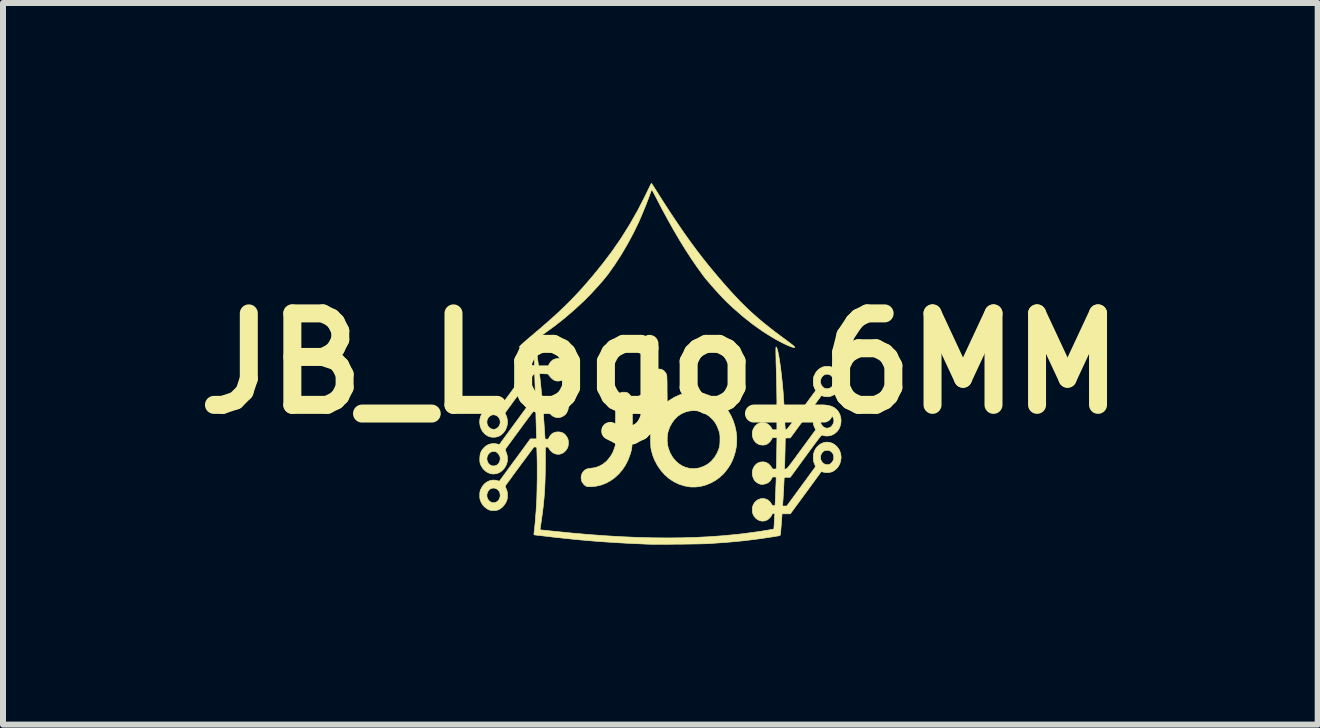
<source format=kicad_pcb>
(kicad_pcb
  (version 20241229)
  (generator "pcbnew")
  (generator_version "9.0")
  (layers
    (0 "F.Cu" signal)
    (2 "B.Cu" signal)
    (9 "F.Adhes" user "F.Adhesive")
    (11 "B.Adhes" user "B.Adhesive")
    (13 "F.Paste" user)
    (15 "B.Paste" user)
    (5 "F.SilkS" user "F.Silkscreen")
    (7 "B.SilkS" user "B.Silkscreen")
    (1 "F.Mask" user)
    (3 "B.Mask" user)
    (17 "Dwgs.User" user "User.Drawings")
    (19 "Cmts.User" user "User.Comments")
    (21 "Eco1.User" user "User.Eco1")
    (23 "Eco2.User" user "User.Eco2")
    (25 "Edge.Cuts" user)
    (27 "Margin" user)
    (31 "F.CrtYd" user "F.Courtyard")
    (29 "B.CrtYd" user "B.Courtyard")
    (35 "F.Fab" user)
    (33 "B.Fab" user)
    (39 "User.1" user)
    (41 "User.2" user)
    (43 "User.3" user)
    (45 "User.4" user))
  (footprint "JB_Logo_6MM"
    (layer "F.Cu")
    (at 7.954 3.007)
    (property "Reference" "JB_Logo_6MM" (at 0 0 0) (layer "F.SilkS") (effects (font (size 1.524 1.524) (thickness 0.3))))
    (attr exclude_from_pos_files exclude_from_bom)
    (fp_poly (pts (xy -0.572 0.481) (xy -0.546 0.489) (xy -0.544 0.49) (xy -0.521 0.508) (xy -0.499 0.532) (xy -0.482 0.559) (xy -0.472 0.582) (xy -0.471 0.593) (xy -0.47 0.617) (xy -0.469 0.653) (xy -0.468 0.699) (xy -0.467 0.754) (xy -0.467 0.819) (xy -0.466 0.891) (xy -0.466 0.971) (xy -0.466 0.972) (xy -0.466 1.058) (xy -0.466 1.131) (xy -0.467 1.194) (xy -0.468 1.248) (xy -0.469 1.293) (xy -0.47 1.332) (xy -0.472 1.365) (xy -0.475 1.393) (xy -0.479 1.418) (xy -0.483 1.441) (xy -0.488 1.463) (xy -0.494 1.485) (xy -0.501 1.509) (xy -0.503 1.514) (xy -0.537 1.605) (xy -0.58 1.691) (xy -0.632 1.769) (xy -0.691 1.839) (xy -0.758 1.901) (xy -0.83 1.953) (xy -0.907 1.995) (xy -0.989 2.026) (xy -1.073 2.045) (xy -1.142 2.052) (xy -1.174 2.053) (xy -1.198 2.053) (xy -1.214 2.051) (xy -1.228 2.048) (xy -1.239 2.043) (xy -1.24 2.042) (xy -1.266 2.024) (xy -1.289 1.998) (xy -1.307 1.969) (xy -1.314 1.95) (xy -1.321 1.905) (xy -1.316 1.863) (xy -1.3 1.824) (xy -1.287 1.806) (xy -1.267 1.784) (xy -1.244 1.767) (xy -1.218 1.756) (xy -1.183 1.749) (xy -1.157 1.746) (xy -1.085 1.735) (xy -1.021 1.713) (xy -0.962 1.681) (xy -0.907 1.638) (xy -0.878 1.609) (xy -0.83 1.548) (xy -0.791 1.481) (xy -0.766 1.415) (xy -0.75 1.364) (xy -0.747 0.975) (xy -0.746 0.894) (xy -0.746 0.825) (xy -0.745 0.767) (xy -0.745 0.718) (xy -0.744 0.679) (xy -0.743 0.648) (xy -0.742 0.623) (xy -0.741 0.604) (xy -0.74 0.59) (xy -0.738 0.58) (xy -0.736 0.572) (xy -0.734 0.566) (xy -0.732 0.56) (xy -0.731 0.558) (xy -0.709 0.526) (xy -0.68 0.499) (xy -0.659 0.486) (xy -0.633 0.479) (xy -0.603 0.478) (xy -0.572 0.481)) (stroke (width 0.01) (type solid)) (fill yes) (layer "F.SilkS"))
    (fp_poly (pts (xy -0.145 -2.997) (xy -0.135 -2.983) (xy -0.12 -2.961) (xy -0.102 -2.932) (xy -0.081 -2.899) (xy -0.069 -2.88) (xy 0.051 -2.691) (xy 0.168 -2.511) (xy 0.283 -2.339) (xy 0.394 -2.177) (xy 0.502 -2.025) (xy 0.607 -1.883) (xy 0.707 -1.753) (xy 0.803 -1.633) (xy 0.806 -1.629) (xy 0.905 -1.51) (xy 0.997 -1.401) (xy 1.084 -1.301) (xy 1.167 -1.208) (xy 1.247 -1.121) (xy 1.325 -1.039) (xy 1.402 -0.962) (xy 1.479 -0.888) (xy 1.557 -0.817) (xy 1.637 -0.747) (xy 1.72 -0.677) (xy 1.808 -0.607) (xy 1.9 -0.535) (xy 2 -0.46) (xy 2.08 -0.401) (xy 2.116 -0.374) (xy 2.15 -0.348) (xy 2.18 -0.326) (xy 2.204 -0.307) (xy 2.221 -0.293) (xy 2.229 -0.285) (xy 2.243 -0.268) (xy 2.225 -0.268) (xy 2.204 -0.271) (xy 2.175 -0.28) (xy 2.138 -0.295) (xy 2.094 -0.314) (xy 2.046 -0.337) (xy 1.994 -0.364) (xy 1.939 -0.393) (xy 1.884 -0.425) (xy 1.88 -0.427) (xy 1.712 -0.532) (xy 1.545 -0.65) (xy 1.38 -0.78) (xy 1.216 -0.923) (xy 1.134 -0.999) (xy 1.097 -1.035) (xy 1.055 -1.078) (xy 1.01 -1.126) (xy 0.962 -1.177) (xy 0.913 -1.231) (xy 0.866 -1.284) (xy 0.821 -1.336) (xy 0.78 -1.384) (xy 0.744 -1.427) (xy 0.716 -1.463) (xy 0.715 -1.465) (xy 0.616 -1.602) (xy 0.518 -1.744) (xy 0.421 -1.893) (xy 0.324 -2.05) (xy 0.227 -2.215) (xy 0.128 -2.391) (xy 0.027 -2.577) (xy -0.056 -2.737) (xy -0.082 -2.787) (xy -0.103 -2.827) (xy -0.119 -2.857) (xy -0.131 -2.878) (xy -0.14 -2.89) (xy -0.145 -2.895) (xy -0.147 -2.894) (xy -0.166 -2.84) (xy -0.189 -2.777) (xy -0.215 -2.708) (xy -0.243 -2.635) (xy -0.273 -2.562) (xy -0.302 -2.492) (xy -0.33 -2.427) (xy -0.355 -2.369) (xy -0.358 -2.361) (xy -0.448 -2.176) (xy -0.546 -1.993) (xy -0.65 -1.816) (xy -0.759 -1.647) (xy -0.872 -1.488) (xy -0.887 -1.469) (xy -0.915 -1.434) (xy -0.949 -1.392) (xy -0.99 -1.345) (xy -1.035 -1.294) (xy -1.082 -1.242) (xy -1.13 -1.19) (xy -1.178 -1.139) (xy -1.224 -1.093) (xy -1.266 -1.051) (xy -1.271 -1.046) (xy -1.43 -0.898) (xy -1.597 -0.755) (xy -1.768 -0.62) (xy -1.941 -0.495) (xy -1.993 -0.46) (xy -2.05 -0.423) (xy -2.104 -0.389) (xy -2.155 -0.358) (xy -2.202 -0.331) (xy -2.244 -0.308) (xy -2.28 -0.29) (xy -2.309 -0.277) (xy -2.331 -0.27) (xy -2.345 -0.269) (xy -2.349 -0.274) (xy -2.346 -0.28) (xy -2.337 -0.291) (xy -2.322 -0.306) (xy -2.3 -0.327) (xy -2.27 -0.354) (xy -2.232 -0.387) (xy -2.186 -0.427) (xy -2.131 -0.473) (xy -2.104 -0.497) (xy -1.989 -0.594) (xy -1.883 -0.686) (xy -1.785 -0.773) (xy -1.693 -0.857) (xy -1.607 -0.939) (xy -1.525 -1.019) (xy -1.446 -1.1) (xy -1.369 -1.182) (xy -1.292 -1.266) (xy -1.215 -1.355) (xy -1.135 -1.448) (xy -1.053 -1.548) (xy -0.967 -1.655) (xy -0.957 -1.667) (xy -0.803 -1.871) (xy -0.655 -2.085) (xy -0.514 -2.31) (xy -0.38 -2.545) (xy -0.253 -2.791) (xy -0.203 -2.896) (xy -0.186 -2.93) (xy -0.172 -2.959) (xy -0.16 -2.982) (xy -0.152 -2.997) (xy -0.149 -3.002) (xy -0.145 -2.997)) (stroke (width 0.01) (type solid)) (fill yes) (layer "F.SilkS"))
    (fp_poly (pts (xy 0.007 0.095) (xy 0.029 0.102) (xy 0.061 0.123) (xy 0.088 0.156) (xy 0.098 0.173) (xy 0.101 0.181) (xy 0.104 0.189) (xy 0.106 0.199) (xy 0.108 0.212) (xy 0.109 0.231) (xy 0.11 0.255) (xy 0.111 0.288) (xy 0.112 0.33) (xy 0.112 0.382) (xy 0.112 0.42) (xy 0.114 0.64) (xy 0.154 0.612) (xy 0.237 0.561) (xy 0.325 0.522) (xy 0.418 0.495) (xy 0.461 0.487) (xy 0.55 0.479) (xy 0.638 0.484) (xy 0.726 0.502) (xy 0.813 0.532) (xy 0.897 0.574) (xy 0.962 0.616) (xy 0.993 0.641) (xy 1.028 0.673) (xy 1.063 0.71) (xy 1.097 0.748) (xy 1.124 0.783) (xy 1.13 0.791) (xy 1.176 0.868) (xy 1.214 0.953) (xy 1.243 1.043) (xy 1.263 1.136) (xy 1.273 1.228) (xy 1.273 1.263) (xy 1.272 1.32) (xy 1.268 1.369) (xy 1.261 1.415) (xy 1.25 1.465) (xy 1.246 1.482) (xy 1.225 1.552) (xy 1.201 1.614) (xy 1.173 1.672) (xy 1.137 1.73) (xy 1.11 1.768) (xy 1.055 1.836) (xy 0.99 1.896) (xy 0.919 1.948) (xy 0.842 1.99) (xy 0.761 2.024) (xy 0.678 2.046) (xy 0.594 2.058) (xy 0.511 2.058) (xy 0.49 2.056) (xy 0.397 2.039) (xy 0.308 2.01) (xy 0.224 1.969) (xy 0.146 1.918) (xy 0.075 1.856) (xy 0.011 1.784) (xy -0.046 1.703) (xy -0.094 1.612) (xy -0.097 1.606) (xy -0.122 1.544) (xy -0.143 1.473) (xy -0.153 1.429) (xy -0.155 1.42) (xy -0.157 1.41) (xy -0.158 1.396) (xy -0.159 1.38) (xy -0.16 1.359) (xy -0.161 1.334) (xy -0.162 1.302) (xy -0.162 1.288) (xy 0.114 1.288) (xy 0.12 1.351) (xy 0.132 1.409) (xy 0.136 1.421) (xy 0.165 1.495) (xy 0.203 1.561) (xy 0.249 1.618) (xy 0.301 1.666) (xy 0.358 1.704) (xy 0.421 1.731) (xy 0.487 1.748) (xy 0.556 1.752) (xy 0.626 1.745) (xy 0.66 1.737) (xy 0.73 1.711) (xy 0.794 1.675) (xy 0.85 1.628) (xy 0.899 1.571) (xy 0.94 1.505) (xy 0.949 1.485) (xy 0.968 1.443) (xy 0.981 1.404) (xy 0.989 1.365) (xy 0.993 1.322) (xy 0.994 1.271) (xy 0.994 1.266) (xy 0.994 1.228) (xy 0.993 1.199) (xy 0.99 1.176) (xy 0.985 1.154) (xy 0.979 1.13) (xy 0.978 1.128) (xy 0.95 1.053) (xy 0.914 0.986) (xy 0.868 0.929) (xy 0.814 0.879) (xy 0.75 0.836) (xy 0.742 0.831) (xy 0.68 0.804) (xy 0.615 0.789) (xy 0.548 0.785) (xy 0.48 0.792) (xy 0.414 0.81) (xy 0.351 0.838) (xy 0.293 0.877) (xy 0.275 0.893) (xy 0.231 0.939) (xy 0.191 0.995) (xy 0.158 1.055) (xy 0.134 1.118) (xy 0.122 1.164) (xy 0.115 1.224) (xy 0.114 1.288) (xy -0.162 1.288) (xy -0.163 1.264) (xy -0.163 1.218) (xy -0.164 1.163) (xy -0.164 1.099) (xy -0.165 1.025) (xy -0.165 0.94) (xy -0.166 0.843) (xy -0.166 0.805) (xy -0.166 0.696) (xy -0.166 0.599) (xy -0.166 0.515) (xy -0.166 0.442) (xy -0.166 0.379) (xy -0.166 0.327) (xy -0.165 0.284) (xy -0.164 0.251) (xy -0.164 0.226) (xy -0.162 0.209) (xy -0.161 0.199) (xy -0.161 0.198) (xy -0.148 0.168) (xy -0.128 0.138) (xy -0.103 0.114) (xy -0.087 0.104) (xy -0.059 0.095) (xy -0.026 0.092) (xy 0.007 0.095)) (stroke (width 0.01) (type solid)) (fill yes) (layer "F.SilkS"))
    (fp_poly (pts (xy 1.936 -0.268) (xy 1.944 -0.25) (xy 1.953 -0.22) (xy 1.962 -0.181) (xy 1.972 -0.132) (xy 1.982 -0.074) (xy 1.992 -0.01) (xy 2.002 0.061) (xy 2.012 0.138) (xy 2.021 0.219) (xy 2.03 0.303) (xy 2.038 0.382) (xy 2.045 0.462) (xy 2.051 0.548) (xy 2.057 0.638) (xy 2.063 0.728) (xy 2.067 0.812) (xy 2.071 0.888) (xy 2.071 0.89) (xy 2.072 0.93) (xy 2.074 0.972) (xy 2.076 1.012) (xy 2.077 1.043) (xy 2.078 1.045) (xy 2.079 1.064) (xy 2.08 1.079) (xy 2.082 1.092) (xy 2.085 1.1) (xy 2.089 1.104) (xy 2.096 1.102) (xy 2.106 1.096) (xy 2.119 1.083) (xy 2.136 1.064) (xy 2.157 1.037) (xy 2.183 1.004) (xy 2.214 0.962) (xy 2.252 0.911) (xy 2.296 0.852) (xy 2.346 0.783) (xy 2.35 0.777) (xy 2.589 0.452) (xy 2.569 0.408) (xy 2.559 0.385) (xy 2.553 0.367) (xy 2.55 0.349) (xy 2.549 0.325) (xy 2.549 0.301) (xy 2.549 0.299) (xy 2.667 0.299) (xy 2.668 0.316) (xy 2.68 0.355) (xy 2.701 0.387) (xy 2.728 0.408) (xy 2.759 0.42) (xy 2.794 0.42) (xy 2.83 0.408) (xy 2.831 0.408) (xy 2.857 0.388) (xy 2.877 0.359) (xy 2.886 0.335) (xy 2.892 0.304) (xy 2.89 0.278) (xy 2.881 0.252) (xy 2.861 0.218) (xy 2.835 0.194) (xy 2.804 0.181) (xy 2.77 0.178) (xy 2.736 0.188) (xy 2.734 0.189) (xy 2.707 0.208) (xy 2.686 0.235) (xy 2.672 0.267) (xy 2.667 0.299) (xy 2.549 0.299) (xy 2.55 0.269) (xy 2.551 0.246) (xy 2.555 0.227) (xy 2.562 0.208) (xy 2.565 0.201) (xy 2.591 0.15) (xy 2.623 0.111) (xy 2.661 0.081) (xy 2.706 0.059) (xy 2.757 0.047) (xy 2.806 0.047) (xy 2.854 0.059) (xy 2.898 0.081) (xy 2.937 0.113) (xy 2.969 0.154) (xy 2.994 0.203) (xy 3.001 0.224) (xy 3.011 0.278) (xy 3.01 0.33) (xy 3 0.38) (xy 2.981 0.426) (xy 2.954 0.467) (xy 2.921 0.501) (xy 2.882 0.528) (xy 2.839 0.547) (xy 2.792 0.555) (xy 2.744 0.552) (xy 2.722 0.546) (xy 2.701 0.54) (xy 2.688 0.538) (xy 2.681 0.539) (xy 2.676 0.544) (xy 2.674 0.547) (xy 2.669 0.554) (xy 2.657 0.571) (xy 2.639 0.595) (xy 2.615 0.628) (xy 2.587 0.667) (xy 2.554 0.712) (xy 2.517 0.762) (xy 2.478 0.816) (xy 2.436 0.873) (xy 2.416 0.899) (xy 2.166 1.24) (xy 2.124 1.241) (xy 2.082 1.243) (xy 2.078 1.467) (xy 2.076 1.522) (xy 2.075 1.574) (xy 2.074 1.621) (xy 2.073 1.662) (xy 2.072 1.694) (xy 2.071 1.717) (xy 2.07 1.726) (xy 2.066 1.761) (xy 2.089 1.758) (xy 2.094 1.758) (xy 2.099 1.756) (xy 2.104 1.753) (xy 2.111 1.748) (xy 2.119 1.739) (xy 2.13 1.727) (xy 2.144 1.71) (xy 2.161 1.687) (xy 2.183 1.659) (xy 2.209 1.623) (xy 2.241 1.581) (xy 2.278 1.529) (xy 2.323 1.469) (xy 2.351 1.431) (xy 2.589 1.106) (xy 2.569 1.062) (xy 2.559 1.04) (xy 2.553 1.021) (xy 2.55 1.003) (xy 2.549 0.979) (xy 2.549 0.959) (xy 2.668 0.959) (xy 2.673 0.994) (xy 2.688 1.025) (xy 2.712 1.052) (xy 2.714 1.054) (xy 2.744 1.072) (xy 2.775 1.078) (xy 2.81 1.073) (xy 2.812 1.072) (xy 2.84 1.057) (xy 2.864 1.032) (xy 2.882 1.001) (xy 2.891 0.966) (xy 2.892 0.948) (xy 2.89 0.932) (xy 2.884 0.912) (xy 2.881 0.906) (xy 2.861 0.872) (xy 2.835 0.848) (xy 2.804 0.835) (xy 2.77 0.832) (xy 2.736 0.842) (xy 2.734 0.843) (xy 2.705 0.864) (xy 2.684 0.892) (xy 2.671 0.924) (xy 2.668 0.959) (xy 2.549 0.959) (xy 2.549 0.955) (xy 2.549 0.924) (xy 2.551 0.902) (xy 2.555 0.883) (xy 2.562 0.863) (xy 2.568 0.849) (xy 2.595 0.8) (xy 2.63 0.76) (xy 2.671 0.73) (xy 2.717 0.71) (xy 2.766 0.701) (xy 2.817 0.704) (xy 2.849 0.712) (xy 2.895 0.734) (xy 2.934 0.765) (xy 2.966 0.802) (xy 2.989 0.844) (xy 3.004 0.891) (xy 3.011 0.939) (xy 3.009 0.988) (xy 2.999 1.036) (xy 2.981 1.081) (xy 2.954 1.123) (xy 2.919 1.158) (xy 2.878 1.185) (xy 2.838 1.2) (xy 2.796 1.208) (xy 2.755 1.208) (xy 2.731 1.204) (xy 2.712 1.198) (xy 2.696 1.194) (xy 2.692 1.193) (xy 2.689 1.194) (xy 2.683 1.199) (xy 2.674 1.209) (xy 2.662 1.223) (xy 2.646 1.243) (xy 2.626 1.269) (xy 2.601 1.302) (xy 2.57 1.343) (xy 2.534 1.392) (xy 2.492 1.449) (xy 2.443 1.516) (xy 2.423 1.543) (xy 2.166 1.896) (xy 2.064 1.897) (xy 2.054 2.098) (xy 2.051 2.15) (xy 2.048 2.2) (xy 2.046 2.245) (xy 2.043 2.283) (xy 2.041 2.313) (xy 2.04 2.333) (xy 2.04 2.337) (xy 2.036 2.375) (xy 2.107 2.375) (xy 2.343 2.053) (xy 2.384 1.996) (xy 2.424 1.943) (xy 2.46 1.893) (xy 2.493 1.848) (xy 2.522 1.808) (xy 2.546 1.775) (xy 2.565 1.75) (xy 2.577 1.732) (xy 2.583 1.724) (xy 2.583 1.723) (xy 2.583 1.714) (xy 2.578 1.696) (xy 2.57 1.673) (xy 2.568 1.67) (xy 2.559 1.647) (xy 2.553 1.627) (xy 2.55 1.607) (xy 2.549 1.581) (xy 2.549 1.575) (xy 2.669 1.575) (xy 2.676 1.609) (xy 2.692 1.638) (xy 2.714 1.663) (xy 2.742 1.679) (xy 2.773 1.687) (xy 2.805 1.685) (xy 2.823 1.679) (xy 2.839 1.668) (xy 2.856 1.652) (xy 2.861 1.647) (xy 2.881 1.614) (xy 2.89 1.579) (xy 2.889 1.544) (xy 2.88 1.512) (xy 2.863 1.484) (xy 2.838 1.462) (xy 2.807 1.449) (xy 2.779 1.446) (xy 2.742 1.451) (xy 2.712 1.468) (xy 2.689 1.494) (xy 2.673 1.531) (xy 2.671 1.538) (xy 2.669 1.575) (xy 2.549 1.575) (xy 2.549 1.567) (xy 2.552 1.515) (xy 2.563 1.471) (xy 2.581 1.432) (xy 2.606 1.397) (xy 2.642 1.361) (xy 2.679 1.336) (xy 2.723 1.318) (xy 2.726 1.317) (xy 2.775 1.31) (xy 2.823 1.315) (xy 2.87 1.331) (xy 2.912 1.358) (xy 2.95 1.394) (xy 2.98 1.438) (xy 2.989 1.456) (xy 3.006 1.508) (xy 3.012 1.561) (xy 3.007 1.613) (xy 2.993 1.664) (xy 2.97 1.71) (xy 2.938 1.751) (xy 2.898 1.784) (xy 2.871 1.8) (xy 2.84 1.811) (xy 2.802 1.817) (xy 2.763 1.818) (xy 2.727 1.813) (xy 2.714 1.81) (xy 2.683 1.8) (xy 2.425 2.153) (xy 2.166 2.505) (xy 2.028 2.505) (xy 2.021 2.605) (xy 2.016 2.671) (xy 2.012 2.724) (xy 2.008 2.767) (xy 2.006 2.8) (xy 2.003 2.826) (xy 2 2.844) (xy 1.998 2.856) (xy 1.996 2.863) (xy 1.993 2.867) (xy 1.991 2.868) (xy 1.983 2.87) (xy 1.964 2.873) (xy 1.937 2.878) (xy 1.903 2.883) (xy 1.863 2.89) (xy 1.82 2.896) (xy 1.814 2.897) (xy 1.675 2.918) (xy 1.537 2.936) (xy 1.399 2.953) (xy 1.258 2.967) (xy 1.112 2.98) (xy 0.959 2.991) (xy 0.797 3.002) (xy 0.777 3.003) (xy 0.752 3.004) (xy 0.716 3.005) (xy 0.67 3.006) (xy 0.617 3.007) (xy 0.558 3.008) (xy 0.493 3.009) (xy 0.424 3.01) (xy 0.353 3.011) (xy 0.281 3.011) (xy 0.208 3.012) (xy 0.138 3.013) (xy 0.07 3.013) (xy 0.007 3.013) (xy -0.051 3.013) (xy -0.102 3.013) (xy -0.145 3.013) (xy -0.177 3.012) (xy -0.194 3.012) (xy -0.375 3.004) (xy -0.545 2.996) (xy -0.708 2.987) (xy -0.865 2.977) (xy -1.018 2.967) (xy -1.17 2.954) (xy -1.323 2.941) (xy -1.478 2.926) (xy -1.638 2.909) (xy -1.805 2.891) (xy -1.859 2.884) (xy -1.905 2.879) (xy -1.949 2.874) (xy -1.989 2.869) (xy -2.023 2.865) (xy -2.049 2.862) (xy -2.066 2.861) (xy -2.067 2.861) (xy -2.086 2.858) (xy -2.101 2.855) (xy -2.106 2.853) (xy -2.106 2.845) (xy -2.105 2.827) (xy -2.102 2.803) (xy -2.1 2.787) (xy -2.096 2.75) (xy -2.091 2.703) (xy -2.086 2.648) (xy -2.081 2.588) (xy -2.076 2.524) (xy -2.071 2.461) (xy -2.067 2.399) (xy -2.064 2.342) (xy -2.062 2.312) (xy -2.059 2.252) (xy -2.057 2.181) (xy -2.055 2.102) (xy -2.054 2.018) (xy -2.052 1.931) (xy -2.052 1.844) (xy -2.052 1.76) (xy -2.052 1.681) (xy -2.053 1.61) (xy -2.054 1.564) (xy -2.059 1.397) (xy -2.08 1.392) (xy -2.099 1.391) (xy -2.109 1.395) (xy -2.114 1.401) (xy -2.125 1.417) (xy -2.143 1.44) (xy -2.165 1.47) (xy -2.192 1.506) (xy -2.222 1.547) (xy -2.255 1.592) (xy -2.29 1.639) (xy -2.327 1.688) (xy -2.363 1.738) (xy -2.4 1.787) (xy -2.435 1.835) (xy -2.468 1.88) (xy -2.498 1.922) (xy -2.525 1.958) (xy -2.547 1.989) (xy -2.565 2.013) (xy -2.576 2.029) (xy -2.58 2.035) (xy -2.583 2.043) (xy -2.582 2.054) (xy -2.577 2.071) (xy -2.568 2.091) (xy -2.559 2.114) (xy -2.553 2.133) (xy -2.55 2.152) (xy -2.549 2.177) (xy -2.549 2.198) (xy -2.549 2.229) (xy -2.551 2.251) (xy -2.555 2.27) (xy -2.562 2.29) (xy -2.567 2.303) (xy -2.595 2.351) (xy -2.631 2.392) (xy -2.674 2.425) (xy -2.683 2.43) (xy -2.703 2.439) (xy -2.72 2.445) (xy -2.739 2.448) (xy -2.762 2.45) (xy -2.779 2.45) (xy -2.807 2.449) (xy -2.828 2.447) (xy -2.845 2.443) (xy -2.863 2.436) (xy -2.876 2.429) (xy -2.921 2.398) (xy -2.959 2.358) (xy -2.988 2.309) (xy -2.99 2.304) (xy -2.999 2.281) (xy -3.005 2.263) (xy -3.008 2.243) (xy -3.009 2.218) (xy -3.009 2.198) (xy -3.009 2.185) (xy -2.891 2.185) (xy -2.889 2.222) (xy -2.878 2.256) (xy -2.857 2.285) (xy -2.829 2.307) (xy -2.817 2.313) (xy -2.794 2.32) (xy -2.774 2.321) (xy -2.752 2.316) (xy -2.746 2.315) (xy -2.717 2.3) (xy -2.693 2.275) (xy -2.677 2.245) (xy -2.669 2.21) (xy -2.67 2.175) (xy -2.68 2.141) (xy -2.686 2.131) (xy -2.71 2.103) (xy -2.738 2.084) (xy -2.77 2.076) (xy -2.802 2.078) (xy -2.832 2.09) (xy -2.858 2.112) (xy -2.879 2.143) (xy -2.881 2.149) (xy -2.891 2.185) (xy -3.009 2.185) (xy -3.009 2.167) (xy -3.007 2.145) (xy -3.003 2.126) (xy -2.996 2.106) (xy -2.99 2.092) (xy -2.963 2.044) (xy -2.929 2.004) (xy -2.888 1.974) (xy -2.843 1.953) (xy -2.795 1.943) (xy -2.746 1.945) (xy -2.717 1.952) (xy -2.697 1.958) (xy -2.686 1.96) (xy -2.679 1.957) (xy -2.675 1.953) (xy -2.671 1.946) (xy -2.659 1.93) (xy -2.641 1.906) (xy -2.618 1.874) (xy -2.589 1.835) (xy -2.556 1.79) (xy -2.52 1.74) (xy -2.481 1.686) (xy -2.439 1.629) (xy -2.417 1.6) (xy -2.166 1.257) (xy -2.061 1.256) (xy -2.065 1.173) (xy -2.066 1.141) (xy -2.067 1.099) (xy -2.068 1.051) (xy -2.07 1) (xy -2.071 0.949) (xy -2.072 0.934) (xy -2.075 0.778) (xy -2.091 0.778) (xy -2.095 0.779) (xy -2.101 0.783) (xy -2.108 0.79) (xy -2.118 0.801) (xy -2.131 0.816) (xy -2.147 0.837) (xy -2.168 0.864) (xy -2.194 0.898) (xy -2.224 0.939) (xy -2.261 0.988) (xy -2.304 1.047) (xy -2.343 1.1) (xy -2.384 1.156) (xy -2.424 1.21) (xy -2.46 1.26) (xy -2.493 1.305) (xy -2.522 1.344) (xy -2.546 1.377) (xy -2.565 1.403) (xy -2.577 1.421) (xy -2.583 1.429) (xy -2.583 1.43) (xy -2.583 1.44) (xy -2.578 1.457) (xy -2.573 1.47) (xy -2.554 1.525) (xy -2.547 1.58) (xy -2.55 1.634) (xy -2.565 1.686) (xy -2.591 1.733) (xy -2.614 1.763) (xy -2.648 1.795) (xy -2.682 1.818) (xy -2.72 1.833) (xy -2.742 1.838) (xy -2.789 1.842) (xy -2.836 1.834) (xy -2.882 1.815) (xy -2.923 1.786) (xy -2.959 1.748) (xy -2.987 1.702) (xy -2.993 1.689) (xy -3.001 1.67) (xy -3.005 1.652) (xy -3.008 1.633) (xy -3.009 1.606) (xy -3.009 1.601) (xy -2.89 1.601) (xy -2.88 1.638) (xy -2.862 1.669) (xy -2.836 1.691) (xy -2.806 1.705) (xy -2.773 1.708) (xy -2.739 1.7) (xy -2.721 1.691) (xy -2.695 1.667) (xy -2.678 1.636) (xy -2.669 1.6) (xy -2.67 1.563) (xy -2.671 1.557) (xy -2.683 1.53) (xy -2.701 1.503) (xy -2.723 1.482) (xy -2.741 1.471) (xy -2.771 1.466) (xy -2.803 1.469) (xy -2.832 1.48) (xy -2.842 1.486) (xy -2.864 1.509) (xy -2.881 1.539) (xy -2.89 1.573) (xy -2.89 1.601) (xy -3.009 1.601) (xy -3.009 1.586) (xy -3.006 1.538) (xy -2.998 1.499) (xy -2.984 1.463) (xy -2.961 1.429) (xy -2.95 1.415) (xy -2.912 1.378) (xy -2.868 1.352) (xy -2.819 1.338) (xy -2.793 1.335) (xy -2.751 1.336) (xy -2.717 1.342) (xy -2.714 1.343) (xy -2.683 1.353) (xy -2.425 1) (xy -2.167 0.648) (xy -2.078 0.648) (xy -2.082 0.551) (xy -2.083 0.513) (xy -2.085 0.467) (xy -2.087 0.415) (xy -2.088 0.362) (xy -2.09 0.312) (xy -2.091 0.264) (xy -2.093 0.227) (xy -2.094 0.2) (xy -2.096 0.183) (xy -2.099 0.173) (xy -2.101 0.17) (xy -2.101 0.17) (xy -2.107 0.175) (xy -2.118 0.189) (xy -2.136 0.212) (xy -2.16 0.242) (xy -2.188 0.279) (xy -2.22 0.322) (xy -2.255 0.369) (xy -2.293 0.421) (xy -2.326 0.466) (xy -2.367 0.521) (xy -2.405 0.574) (xy -2.442 0.623) (xy -2.475 0.669) (xy -2.504 0.709) (xy -2.529 0.742) (xy -2.548 0.769) (xy -2.561 0.786) (xy -2.566 0.794) (xy -2.59 0.825) (xy -2.577 0.849) (xy -2.557 0.902) (xy -2.548 0.955) (xy -2.549 1.009) (xy -2.561 1.061) (xy -2.582 1.109) (xy -2.612 1.152) (xy -2.651 1.188) (xy -2.682 1.208) (xy -2.718 1.222) (xy -2.759 1.229) (xy -2.802 1.229) (xy -2.841 1.222) (xy -2.846 1.221) (xy -2.891 1.2) (xy -2.931 1.169) (xy -2.964 1.13) (xy -2.988 1.085) (xy -3.004 1.036) (xy -3.011 0.984) (xy -3.01 0.964) (xy -2.89 0.964) (xy -2.889 0.997) (xy -2.879 1.03) (xy -2.864 1.054) (xy -2.841 1.076) (xy -2.813 1.091) (xy -2.784 1.098) (xy -2.779 1.099) (xy -2.76 1.096) (xy -2.739 1.089) (xy -2.734 1.087) (xy -2.705 1.066) (xy -2.684 1.038) (xy -2.672 1.007) (xy -2.668 0.973) (xy -2.673 0.939) (xy -2.687 0.908) (xy -2.709 0.882) (xy -2.727 0.869) (xy -2.76 0.857) (xy -2.792 0.855) (xy -2.822 0.864) (xy -2.847 0.881) (xy -2.868 0.904) (xy -2.883 0.932) (xy -2.89 0.964) (xy -3.01 0.964) (xy -3.008 0.931) (xy -2.994 0.879) (xy -2.99 0.869) (xy -2.964 0.822) (xy -2.93 0.783) (xy -2.89 0.753) (xy -2.845 0.732) (xy -2.799 0.722) (xy -2.751 0.724) (xy -2.742 0.726) (xy -2.72 0.73) (xy -2.701 0.734) (xy -2.692 0.735) (xy -2.688 0.733) (xy -2.68 0.726) (xy -2.67 0.714) (xy -2.655 0.697) (xy -2.636 0.672) (xy -2.612 0.641) (xy -2.582 0.602) (xy -2.547 0.555) (xy -2.506 0.5) (xy -2.458 0.434) (xy -2.423 0.386) (xy -2.166 0.036) (xy -2.132 0.034) (xy -2.099 0.032) (xy -2.096 -0.097) (xy -2.095 -0.148) (xy -2.093 -0.188) (xy -2.091 -0.217) (xy -2.089 -0.237) (xy -2.086 -0.249) (xy -2.082 -0.255) (xy -2.08 -0.255) (xy -2.076 -0.252) (xy -2.073 -0.242) (xy -2.069 -0.224) (xy -2.064 -0.197) (xy -2.058 -0.16) (xy -2.051 -0.112) (xy -2.046 -0.077) (xy -2.03 0.039) (xy -1.949 0.039) (xy -1.868 0.039) (xy -1.85 0.005) (xy -1.824 -0.032) (xy -1.79 -0.06) (xy -1.75 -0.077) (xy -1.706 -0.084) (xy -1.688 -0.083) (xy -1.644 -0.073) (xy -1.605 -0.052) (xy -1.573 -0.02) (xy -1.549 0.021) (xy -1.541 0.04) (xy -1.531 0.083) (xy -1.532 0.127) (xy -1.539 0.163) (xy -1.554 0.197) (xy -1.577 0.23) (xy -1.605 0.258) (xy -1.636 0.279) (xy -1.65 0.284) (xy -1.695 0.293) (xy -1.737 0.291) (xy -1.775 0.276) (xy -1.811 0.248) (xy -1.822 0.237) (xy -1.839 0.217) (xy -1.853 0.2) (xy -1.862 0.188) (xy -1.862 0.186) (xy -1.866 0.181) (xy -1.873 0.177) (xy -1.884 0.174) (xy -1.902 0.173) (xy -1.929 0.172) (xy -1.942 0.171) (xy -2.016 0.169) (xy -2.012 0.191) (xy -2.01 0.202) (xy -2.008 0.225) (xy -2.004 0.257) (xy -2 0.298) (xy -1.995 0.344) (xy -1.99 0.395) (xy -1.985 0.448) (xy -1.979 0.502) (xy -1.974 0.556) (xy -1.969 0.607) (xy -1.969 0.61) (xy -1.965 0.648) (xy -1.937 0.648) (xy -1.915 0.648) (xy -1.895 0.651) (xy -1.89 0.651) (xy -1.879 0.653) (xy -1.871 0.648) (xy -1.862 0.636) (xy -1.857 0.626) (xy -1.836 0.595) (xy -1.808 0.566) (xy -1.779 0.544) (xy -1.771 0.539) (xy -1.747 0.531) (xy -1.714 0.528) (xy -1.703 0.528) (xy -1.676 0.528) (xy -1.656 0.532) (xy -1.638 0.539) (xy -1.628 0.545) (xy -1.59 0.573) (xy -1.561 0.608) (xy -1.542 0.649) (xy -1.532 0.694) (xy -1.533 0.741) (xy -1.542 0.78) (xy -1.561 0.822) (xy -1.588 0.855) (xy -1.625 0.881) (xy -1.627 0.883) (xy -1.668 0.898) (xy -1.71 0.903) (xy -1.751 0.896) (xy -1.79 0.879) (xy -1.823 0.852) (xy -1.849 0.816) (xy -1.85 0.814) (xy -1.866 0.785) (xy -1.955 0.785) (xy -1.951 0.826) (xy -1.949 0.843) (xy -1.947 0.871) (xy -1.945 0.908) (xy -1.942 0.952) (xy -1.938 1) (xy -1.935 1.051) (xy -1.934 1.063) (xy -1.921 1.259) (xy -1.894 1.261) (xy -1.877 1.262) (xy -1.868 1.258) (xy -1.861 1.248) (xy -1.858 1.241) (xy -1.834 1.2) (xy -1.803 1.169) (xy -1.765 1.149) (xy -1.72 1.14) (xy -1.718 1.14) (xy -1.671 1.142) (xy -1.629 1.155) (xy -1.593 1.179) (xy -1.564 1.214) (xy -1.551 1.237) (xy -1.541 1.257) (xy -1.536 1.275) (xy -1.534 1.296) (xy -1.533 1.324) (xy -1.533 1.325) (xy -1.534 1.354) (xy -1.537 1.376) (xy -1.543 1.395) (xy -1.549 1.41) (xy -1.575 1.45) (xy -1.607 1.481) (xy -1.645 1.503) (xy -1.686 1.513) (xy -1.729 1.512) (xy -1.771 1.499) (xy -1.773 1.498) (xy -1.798 1.482) (xy -1.824 1.46) (xy -1.845 1.434) (xy -1.86 1.41) (xy -1.86 1.41) (xy -1.867 1.399) (xy -1.877 1.394) (xy -1.891 1.393) (xy -1.915 1.393) (xy -1.916 1.666) (xy -1.917 1.779) (xy -1.919 1.881) (xy -1.922 1.976) (xy -1.926 2.065) (xy -1.931 2.153) (xy -1.938 2.242) (xy -1.947 2.334) (xy -1.949 2.352) (xy -1.952 2.385) (xy -1.957 2.425) (xy -1.963 2.47) (xy -1.969 2.518) (xy -1.976 2.567) (xy -1.982 2.615) (xy -1.989 2.659) (xy -1.995 2.698) (xy -2 2.73) (xy -2.003 2.752) (xy -2.005 2.761) (xy -2.005 2.767) (xy -1.998 2.771) (xy -1.984 2.774) (xy -1.968 2.776) (xy -1.951 2.778) (xy -1.924 2.78) (xy -1.889 2.784) (xy -1.849 2.788) (xy -1.806 2.793) (xy -1.772 2.796) (xy -1.474 2.826) (xy -1.187 2.851) (xy -0.91 2.871) (xy -0.641 2.887) (xy -0.382 2.898) (xy -0.13 2.905) (xy 0.115 2.907) (xy 0.352 2.905) (xy 0.585 2.898) (xy 0.811 2.887) (xy 1.033 2.871) (xy 1.142 2.861) (xy 1.224 2.853) (xy 1.312 2.844) (xy 1.403 2.833) (xy 1.494 2.821) (xy 1.584 2.809) (xy 1.669 2.797) (xy 1.747 2.784) (xy 1.814 2.773) (xy 1.842 2.768) (xy 1.865 2.764) (xy 1.882 2.761) (xy 1.889 2.76) (xy 1.889 2.76) (xy 1.891 2.754) (xy 1.893 2.738) (xy 1.895 2.713) (xy 1.897 2.683) (xy 1.897 2.68) (xy 1.899 2.643) (xy 1.901 2.605) (xy 1.903 2.57) (xy 1.904 2.549) (xy 1.908 2.499) (xy 1.887 2.499) (xy 1.872 2.501) (xy 1.865 2.508) (xy 1.862 2.514) (xy 1.854 2.532) (xy 1.839 2.554) (xy 1.818 2.577) (xy 1.796 2.597) (xy 1.779 2.608) (xy 1.74 2.623) (xy 1.699 2.627) (xy 1.659 2.62) (xy 1.621 2.603) (xy 1.588 2.577) (xy 1.56 2.544) (xy 1.541 2.504) (xy 1.538 2.494) (xy 1.531 2.444) (xy 1.534 2.396) (xy 1.549 2.353) (xy 1.573 2.314) (xy 1.607 2.283) (xy 1.627 2.27) (xy 1.669 2.254) (xy 1.712 2.249) (xy 1.753 2.257) (xy 1.792 2.275) (xy 1.825 2.304) (xy 1.848 2.336) (xy 1.86 2.355) (xy 1.869 2.364) (xy 1.879 2.368) (xy 1.889 2.368) (xy 1.911 2.368) (xy 1.915 2.294) (xy 1.916 2.273) (xy 1.917 2.242) (xy 1.919 2.204) (xy 1.921 2.161) (xy 1.923 2.115) (xy 1.924 2.069) (xy 1.926 2.024) (xy 1.928 1.983) (xy 1.929 1.948) (xy 1.93 1.92) (xy 1.93 1.903) (xy 1.93 1.899) (xy 1.925 1.893) (xy 1.908 1.891) (xy 1.899 1.89) (xy 1.88 1.891) (xy 1.869 1.894) (xy 1.862 1.902) (xy 1.857 1.913) (xy 1.834 1.953) (xy 1.802 1.983) (xy 1.763 2.003) (xy 1.718 2.013) (xy 1.711 2.014) (xy 1.685 2.014) (xy 1.666 2.012) (xy 1.647 2.005) (xy 1.636 2) (xy 1.602 1.98) (xy 1.576 1.956) (xy 1.556 1.925) (xy 1.552 1.917) (xy 1.536 1.872) (xy 1.531 1.827) (xy 1.536 1.781) (xy 1.551 1.739) (xy 1.575 1.701) (xy 1.607 1.67) (xy 1.633 1.654) (xy 1.672 1.642) (xy 1.714 1.639) (xy 1.754 1.646) (xy 1.778 1.657) (xy 1.804 1.674) (xy 1.828 1.698) (xy 1.849 1.724) (xy 1.86 1.744) (xy 1.865 1.753) (xy 1.874 1.758) (xy 1.889 1.76) (xy 1.899 1.76) (xy 1.92 1.758) (xy 1.932 1.754) (xy 1.933 1.751) (xy 1.934 1.743) (xy 1.934 1.723) (xy 1.935 1.694) (xy 1.936 1.655) (xy 1.937 1.609) (xy 1.938 1.558) (xy 1.939 1.502) (xy 1.939 1.49) (xy 1.943 1.236) (xy 1.905 1.236) (xy 1.868 1.237) (xy 1.851 1.269) (xy 1.83 1.3) (xy 1.801 1.328) (xy 1.769 1.349) (xy 1.761 1.352) (xy 1.745 1.356) (xy 1.722 1.359) (xy 1.703 1.36) (xy 1.659 1.355) (xy 1.619 1.338) (xy 1.585 1.311) (xy 1.558 1.276) (xy 1.54 1.234) (xy 1.532 1.191) (xy 1.533 1.142) (xy 1.546 1.096) (xy 1.569 1.056) (xy 1.6 1.022) (xy 1.628 1.003) (xy 1.665 0.988) (xy 1.705 0.984) (xy 1.746 0.989) (xy 1.778 1.002) (xy 1.804 1.02) (xy 1.828 1.044) (xy 1.849 1.069) (xy 1.86 1.089) (xy 1.865 1.098) (xy 1.872 1.103) (xy 1.885 1.105) (xy 1.904 1.105) (xy 1.942 1.105) (xy 1.942 0.764) (xy 1.942 0.691) (xy 1.942 0.617) (xy 1.941 0.543) (xy 1.94 0.472) (xy 1.939 0.406) (xy 1.938 0.346) (xy 1.937 0.296) (xy 1.936 0.258) (xy 1.933 0.162) (xy 1.931 0.074) (xy 1.928 -0.005) (xy 1.927 -0.075) (xy 1.926 -0.136) (xy 1.925 -0.187) (xy 1.925 -0.226) (xy 1.926 -0.255) (xy 1.927 -0.271) (xy 1.929 -0.275) (xy 1.936 -0.268)) (stroke (width 0.01) (type solid)) (fill yes) (layer "F.SilkS")))
  (gr_rect
    (start -3 -3)
    (end 18.908 9.025)
    (stroke (width 0.1) (type default))
    (fill no)
    (layer "Edge.Cuts")))
</source>
